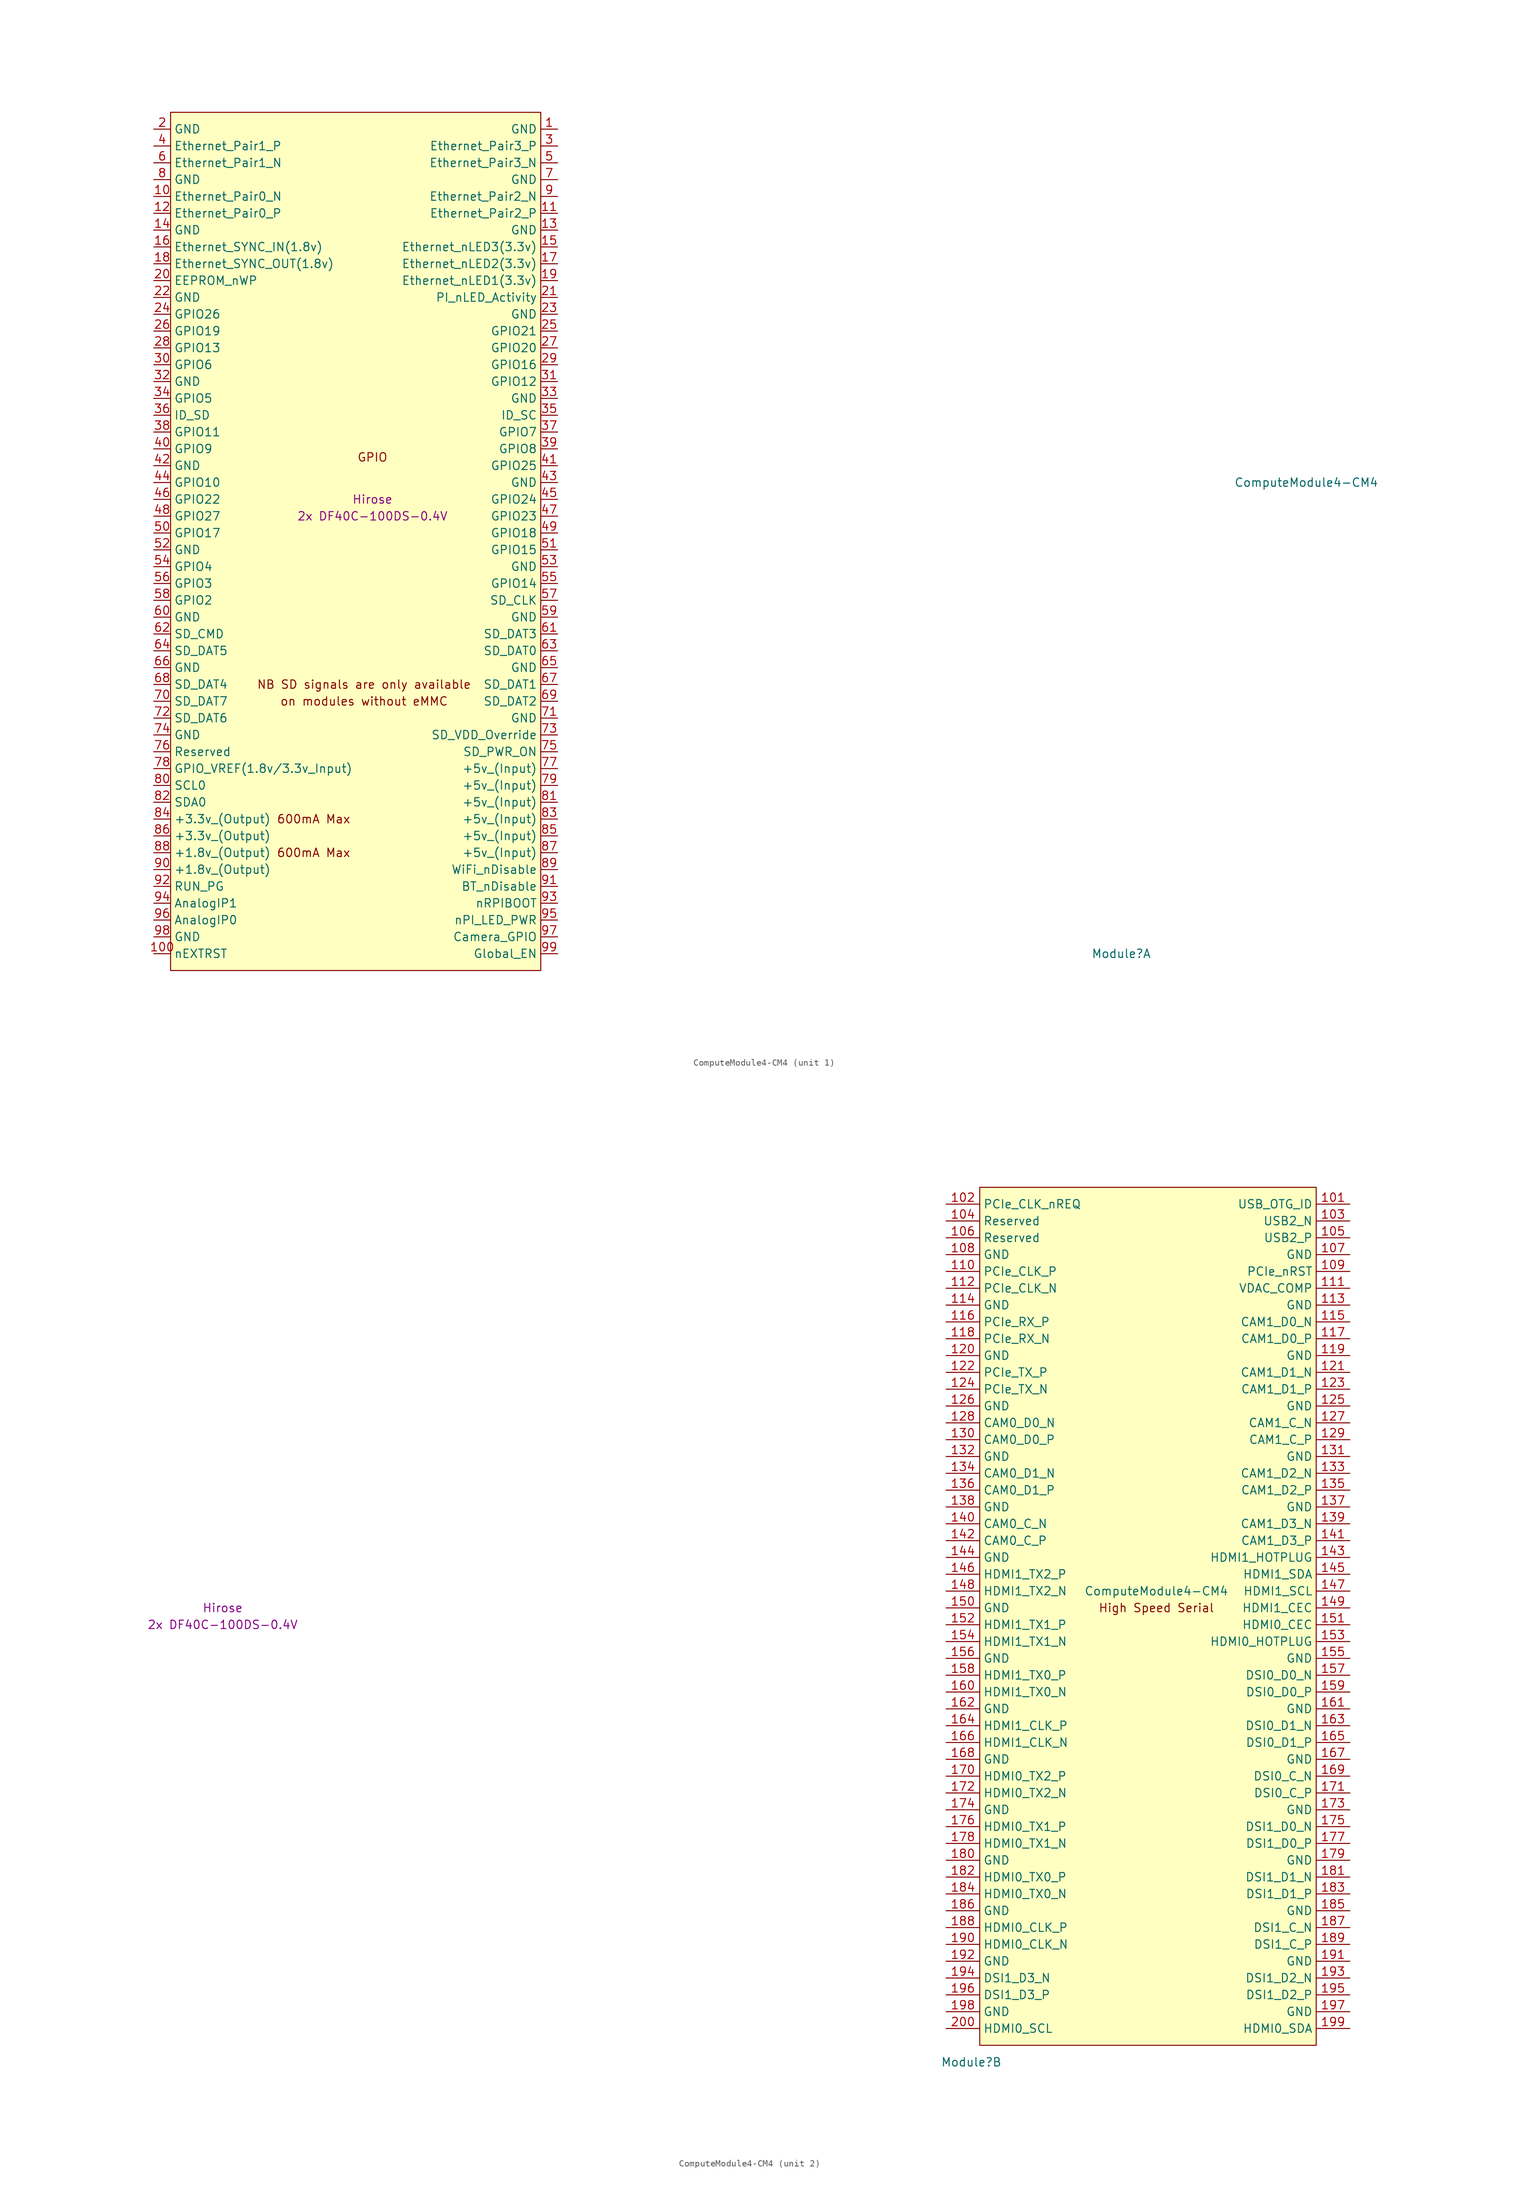
<source format=kicad_sym>
(kicad_symbol_lib
  (version 20220914)
  (generator kicad_symbol_editor)
  (symbol "ComputeModule4-CM4"
    (property "Reference" "Module"
      (at 113.03 -68.58 0)
      (effects (font (size 1.27 1.27))))
    (property "Value" "ComputeModule4-CM4"
      (at 140.97 2.54 0)
      (effects (font (size 1.27 1.27))))
    (property "Field4" "Hirose"
      (at 0 0 0)
      (effects (font (size 1.27 1.27))))
    (property "Field5" "2x DF40C-100DS-0.4V"
      (at 0 -2.54 0)
      (effects (font (size 1.27 1.27))))
    (symbol "ComputeModule4-CM4_1_0"
      (text "GPIO" (at 0 6.35 0) (effects (font (size 1.27 1.27)))))
    (symbol "ComputeModule4-CM4_1_1"
      (rectangle (start -30.48 58.42) (end 25.4 -71.12) (stroke (width 0) (type default)) (fill (type background)))
      (text "600mA Max" (at -8.89 -53.34 0) (effects (font (size 1.27 1.27))))
      (text "600mA Max" (at -8.89 -48.26 0) (effects (font (size 1.27 1.27))))
      (text "NB SD signals are only available" (at -1.27 -27.94 0) (effects (font (size 1.27 1.27))))
      (text "on modules without eMMC" (at -1.27 -30.48 0) (effects (font (size 1.27 1.27))))
      (pin power_in line (at 27.94 55.88 180) (length 2.54) (name "GND" (effects (font (size 1.27 1.27)))) (number "1" (effects (font (size 1.27 1.27)))))
      (pin passive line (at -33.02 45.72 0) (length 2.54) (name "Ethernet_Pair0_N" (effects (font (size 1.27 1.27)))) (number "10" (effects (font (size 1.27 1.27)))))
      (pin output line (at -33.02 -68.58 0) (length 2.54) (name "nEXTRST" (effects (font (size 1.27 1.27)))) (number "100" (effects (font (size 1.27 1.27)))))
      (pin passive line (at 27.94 43.18 180) (length 2.54) (name "Ethernet_Pair2_P" (effects (font (size 1.27 1.27)))) (number "11" (effects (font (size 1.27 1.27)))))
      (pin passive line (at -33.02 43.18 0) (length 2.54) (name "Ethernet_Pair0_P" (effects (font (size 1.27 1.27)))) (number "12" (effects (font (size 1.27 1.27)))))
      (pin power_in line (at 27.94 40.64 180) (length 2.54) (name "GND" (effects (font (size 1.27 1.27)))) (number "13" (effects (font (size 1.27 1.27)))))
      (pin power_in line (at -33.02 40.64 0) (length 2.54) (name "GND" (effects (font (size 1.27 1.27)))) (number "14" (effects (font (size 1.27 1.27)))))
      (pin output line (at 27.94 38.1 180) (length 2.54) (name "Ethernet_nLED3(3.3v)" (effects (font (size 1.27 1.27)))) (number "15" (effects (font (size 1.27 1.27)))))
      (pin input line (at -33.02 38.1 0) (length 2.54) (name "Ethernet_SYNC_IN(1.8v)" (effects (font (size 1.27 1.27)))) (number "16" (effects (font (size 1.27 1.27)))))
      (pin output line (at 27.94 35.56 180) (length 2.54) (name "Ethernet_nLED2(3.3v)" (effects (font (size 1.27 1.27)))) (number "17" (effects (font (size 1.27 1.27)))))
      (pin input line (at -33.02 35.56 0) (length 2.54) (name "Ethernet_SYNC_OUT(1.8v)" (effects (font (size 1.27 1.27)))) (number "18" (effects (font (size 1.27 1.27)))))
      (pin output line (at 27.94 33.02 180) (length 2.54) (name "Ethernet_nLED1(3.3v)" (effects (font (size 1.27 1.27)))) (number "19" (effects (font (size 1.27 1.27)))))
      (pin power_in line (at -33.02 55.88 0) (length 2.54) (name "GND" (effects (font (size 1.27 1.27)))) (number "2" (effects (font (size 1.27 1.27)))))
      (pin passive line (at -33.02 33.02 0) (length 2.54) (name "EEPROM_nWP" (effects (font (size 1.27 1.27)))) (number "20" (effects (font (size 1.27 1.27)))))
      (pin open_collector line (at 27.94 30.48 180) (length 2.54) (name "PI_nLED_Activity" (effects (font (size 1.27 1.27)))) (number "21" (effects (font (size 1.27 1.27)))))
      (pin power_in line (at -33.02 30.48 0) (length 2.54) (name "GND" (effects (font (size 1.27 1.27)))) (number "22" (effects (font (size 1.27 1.27)))))
      (pin power_in line (at 27.94 27.94 180) (length 2.54) (name "GND" (effects (font (size 1.27 1.27)))) (number "23" (effects (font (size 1.27 1.27)))))
      (pin passive line (at -33.02 27.94 0) (length 2.54) (name "GPIO26" (effects (font (size 1.27 1.27)))) (number "24" (effects (font (size 1.27 1.27)))))
      (pin passive line (at 27.94 25.4 180) (length 2.54) (name "GPIO21" (effects (font (size 1.27 1.27)))) (number "25" (effects (font (size 1.27 1.27)))))
      (pin passive line (at -33.02 25.4 0) (length 2.54) (name "GPIO19" (effects (font (size 1.27 1.27)))) (number "26" (effects (font (size 1.27 1.27)))))
      (pin passive line (at 27.94 22.86 180) (length 2.54) (name "GPIO20" (effects (font (size 1.27 1.27)))) (number "27" (effects (font (size 1.27 1.27)))))
      (pin passive line (at -33.02 22.86 0) (length 2.54) (name "GPIO13" (effects (font (size 1.27 1.27)))) (number "28" (effects (font (size 1.27 1.27)))))
      (pin passive line (at 27.94 20.32 180) (length 2.54) (name "GPIO16" (effects (font (size 1.27 1.27)))) (number "29" (effects (font (size 1.27 1.27)))))
      (pin passive line (at 27.94 53.34 180) (length 2.54) (name "Ethernet_Pair3_P" (effects (font (size 1.27 1.27)))) (number "3" (effects (font (size 1.27 1.27)))))
      (pin passive line (at -33.02 20.32 0) (length 2.54) (name "GPIO6" (effects (font (size 1.27 1.27)))) (number "30" (effects (font (size 1.27 1.27)))))
      (pin passive line (at 27.94 17.78 180) (length 2.54) (name "GPIO12" (effects (font (size 1.27 1.27)))) (number "31" (effects (font (size 1.27 1.27)))))
      (pin power_in line (at -33.02 17.78 0) (length 2.54) (name "GND" (effects (font (size 1.27 1.27)))) (number "32" (effects (font (size 1.27 1.27)))))
      (pin power_in line (at 27.94 15.24 180) (length 2.54) (name "GND" (effects (font (size 1.27 1.27)))) (number "33" (effects (font (size 1.27 1.27)))))
      (pin passive line (at -33.02 15.24 0) (length 2.54) (name "GPIO5" (effects (font (size 1.27 1.27)))) (number "34" (effects (font (size 1.27 1.27)))))
      (pin passive line (at 27.94 12.7 180) (length 2.54) (name "ID_SC" (effects (font (size 1.27 1.27)))) (number "35" (effects (font (size 1.27 1.27)))))
      (pin passive line (at -33.02 12.7 0) (length 2.54) (name "ID_SD" (effects (font (size 1.27 1.27)))) (number "36" (effects (font (size 1.27 1.27)))))
      (pin passive line (at 27.94 10.16 180) (length 2.54) (name "GPIO7" (effects (font (size 1.27 1.27)))) (number "37" (effects (font (size 1.27 1.27)))))
      (pin passive line (at -33.02 10.16 0) (length 2.54) (name "GPIO11" (effects (font (size 1.27 1.27)))) (number "38" (effects (font (size 1.27 1.27)))))
      (pin passive line (at 27.94 7.62 180) (length 2.54) (name "GPIO8" (effects (font (size 1.27 1.27)))) (number "39" (effects (font (size 1.27 1.27)))))
      (pin passive line (at -33.02 53.34 0) (length 2.54) (name "Ethernet_Pair1_P" (effects (font (size 1.27 1.27)))) (number "4" (effects (font (size 1.27 1.27)))))
      (pin passive line (at -33.02 7.62 0) (length 2.54) (name "GPIO9" (effects (font (size 1.27 1.27)))) (number "40" (effects (font (size 1.27 1.27)))))
      (pin passive line (at 27.94 5.08 180) (length 2.54) (name "GPIO25" (effects (font (size 1.27 1.27)))) (number "41" (effects (font (size 1.27 1.27)))))
      (pin power_in line (at -33.02 5.08 0) (length 2.54) (name "GND" (effects (font (size 1.27 1.27)))) (number "42" (effects (font (size 1.27 1.27)))))
      (pin power_in line (at 27.94 2.54 180) (length 2.54) (name "GND" (effects (font (size 1.27 1.27)))) (number "43" (effects (font (size 1.27 1.27)))))
      (pin passive line (at -33.02 2.54 0) (length 2.54) (name "GPIO10" (effects (font (size 1.27 1.27)))) (number "44" (effects (font (size 1.27 1.27)))))
      (pin passive line (at 27.94 0 180) (length 2.54) (name "GPIO24" (effects (font (size 1.27 1.27)))) (number "45" (effects (font (size 1.27 1.27)))))
      (pin passive line (at -33.02 0 0) (length 2.54) (name "GPIO22" (effects (font (size 1.27 1.27)))) (number "46" (effects (font (size 1.27 1.27)))))
      (pin passive line (at 27.94 -2.54 180) (length 2.54) (name "GPIO23" (effects (font (size 1.27 1.27)))) (number "47" (effects (font (size 1.27 1.27)))))
      (pin passive line (at -33.02 -2.54 0) (length 2.54) (name "GPIO27" (effects (font (size 1.27 1.27)))) (number "48" (effects (font (size 1.27 1.27)))))
      (pin passive line (at 27.94 -5.08 180) (length 2.54) (name "GPIO18" (effects (font (size 1.27 1.27)))) (number "49" (effects (font (size 1.27 1.27)))))
      (pin passive line (at 27.94 50.8 180) (length 2.54) (name "Ethernet_Pair3_N" (effects (font (size 1.27 1.27)))) (number "5" (effects (font (size 1.27 1.27)))))
      (pin passive line (at -33.02 -5.08 0) (length 2.54) (name "GPIO17" (effects (font (size 1.27 1.27)))) (number "50" (effects (font (size 1.27 1.27)))))
      (pin passive line (at 27.94 -7.62 180) (length 2.54) (name "GPIO15" (effects (font (size 1.27 1.27)))) (number "51" (effects (font (size 1.27 1.27)))))
      (pin power_in line (at -33.02 -7.62 0) (length 2.54) (name "GND" (effects (font (size 1.27 1.27)))) (number "52" (effects (font (size 1.27 1.27)))))
      (pin power_in line (at 27.94 -10.16 180) (length 2.54) (name "GND" (effects (font (size 1.27 1.27)))) (number "53" (effects (font (size 1.27 1.27)))))
      (pin passive line (at -33.02 -10.16 0) (length 2.54) (name "GPIO4" (effects (font (size 1.27 1.27)))) (number "54" (effects (font (size 1.27 1.27)))))
      (pin passive line (at 27.94 -12.7 180) (length 2.54) (name "GPIO14" (effects (font (size 1.27 1.27)))) (number "55" (effects (font (size 1.27 1.27)))))
      (pin passive line (at -33.02 -12.7 0) (length 2.54) (name "GPIO3" (effects (font (size 1.27 1.27)))) (number "56" (effects (font (size 1.27 1.27)))))
      (pin passive line (at 27.94 -15.24 180) (length 2.54) (name "SD_CLK" (effects (font (size 1.27 1.27)))) (number "57" (effects (font (size 1.27 1.27)))))
      (pin passive line (at -33.02 -15.24 0) (length 2.54) (name "GPIO2" (effects (font (size 1.27 1.27)))) (number "58" (effects (font (size 1.27 1.27)))))
      (pin power_in line (at 27.94 -17.78 180) (length 2.54) (name "GND" (effects (font (size 1.27 1.27)))) (number "59" (effects (font (size 1.27 1.27)))))
      (pin passive line (at -33.02 50.8 0) (length 2.54) (name "Ethernet_Pair1_N" (effects (font (size 1.27 1.27)))) (number "6" (effects (font (size 1.27 1.27)))))
      (pin power_in line (at -33.02 -17.78 0) (length 2.54) (name "GND" (effects (font (size 1.27 1.27)))) (number "60" (effects (font (size 1.27 1.27)))))
      (pin passive line (at 27.94 -20.32 180) (length 2.54) (name "SD_DAT3" (effects (font (size 1.27 1.27)))) (number "61" (effects (font (size 1.27 1.27)))))
      (pin passive line (at -33.02 -20.32 0) (length 2.54) (name "SD_CMD" (effects (font (size 1.27 1.27)))) (number "62" (effects (font (size 1.27 1.27)))))
      (pin passive line (at 27.94 -22.86 180) (length 2.54) (name "SD_DAT0" (effects (font (size 1.27 1.27)))) (number "63" (effects (font (size 1.27 1.27)))))
      (pin passive line (at -33.02 -22.86 0) (length 2.54) (name "SD_DAT5" (effects (font (size 1.27 1.27)))) (number "64" (effects (font (size 1.27 1.27)))))
      (pin power_in line (at 27.94 -25.4 180) (length 2.54) (name "GND" (effects (font (size 1.27 1.27)))) (number "65" (effects (font (size 1.27 1.27)))))
      (pin power_in line (at -33.02 -25.4 0) (length 2.54) (name "GND" (effects (font (size 1.27 1.27)))) (number "66" (effects (font (size 1.27 1.27)))))
      (pin passive line (at 27.94 -27.94 180) (length 2.54) (name "SD_DAT1" (effects (font (size 1.27 1.27)))) (number "67" (effects (font (size 1.27 1.27)))))
      (pin passive line (at -33.02 -27.94 0) (length 2.54) (name "SD_DAT4" (effects (font (size 1.27 1.27)))) (number "68" (effects (font (size 1.27 1.27)))))
      (pin passive line (at 27.94 -30.48 180) (length 2.54) (name "SD_DAT2" (effects (font (size 1.27 1.27)))) (number "69" (effects (font (size 1.27 1.27)))))
      (pin power_in line (at 27.94 48.26 180) (length 2.54) (name "GND" (effects (font (size 1.27 1.27)))) (number "7" (effects (font (size 1.27 1.27)))))
      (pin passive line (at -33.02 -30.48 0) (length 2.54) (name "SD_DAT7" (effects (font (size 1.27 1.27)))) (number "70" (effects (font (size 1.27 1.27)))))
      (pin power_in line (at 27.94 -33.02 180) (length 2.54) (name "GND" (effects (font (size 1.27 1.27)))) (number "71" (effects (font (size 1.27 1.27)))))
      (pin passive line (at -33.02 -33.02 0) (length 2.54) (name "SD_DAT6" (effects (font (size 1.27 1.27)))) (number "72" (effects (font (size 1.27 1.27)))))
      (pin input line (at 27.94 -35.56 180) (length 2.54) (name "SD_VDD_Override" (effects (font (size 1.27 1.27)))) (number "73" (effects (font (size 1.27 1.27)))))
      (pin power_in line (at -33.02 -35.56 0) (length 2.54) (name "GND" (effects (font (size 1.27 1.27)))) (number "74" (effects (font (size 1.27 1.27)))))
      (pin output line (at 27.94 -38.1 180) (length 2.54) (name "SD_PWR_ON" (effects (font (size 1.27 1.27)))) (number "75" (effects (font (size 1.27 1.27)))))
      (pin passive line (at -33.02 -38.1 0) (length 2.54) (name "Reserved" (effects (font (size 1.27 1.27)))) (number "76" (effects (font (size 1.27 1.27)))))
      (pin power_in line (at 27.94 -40.64 180) (length 2.54) (name "+5v_(Input)" (effects (font (size 1.27 1.27)))) (number "77" (effects (font (size 1.27 1.27)))))
      (pin power_in line (at -33.02 -40.64 0) (length 2.54) (name "GPIO_VREF(1.8v/3.3v_Input)" (effects (font (size 1.27 1.27)))) (number "78" (effects (font (size 1.27 1.27)))))
      (pin power_in line (at 27.94 -43.18 180) (length 2.54) (name "+5v_(Input)" (effects (font (size 1.27 1.27)))) (number "79" (effects (font (size 1.27 1.27)))))
      (pin power_in line (at -33.02 48.26 0) (length 2.54) (name "GND" (effects (font (size 1.27 1.27)))) (number "8" (effects (font (size 1.27 1.27)))))
      (pin passive line (at -33.02 -43.18 0) (length 2.54) (name "SCL0" (effects (font (size 1.27 1.27)))) (number "80" (effects (font (size 1.27 1.27)))))
      (pin power_in line (at 27.94 -45.72 180) (length 2.54) (name "+5v_(Input)" (effects (font (size 1.27 1.27)))) (number "81" (effects (font (size 1.27 1.27)))))
      (pin passive line (at -33.02 -45.72 0) (length 2.54) (name "SDA0" (effects (font (size 1.27 1.27)))) (number "82" (effects (font (size 1.27 1.27)))))
      (pin power_in line (at 27.94 -48.26 180) (length 2.54) (name "+5v_(Input)" (effects (font (size 1.27 1.27)))) (number "83" (effects (font (size 1.27 1.27)))))
      (pin power_out line (at -33.02 -48.26 0) (length 2.54) (name "+3.3v_(Output)" (effects (font (size 1.27 1.27)))) (number "84" (effects (font (size 1.27 1.27)))))
      (pin power_in line (at 27.94 -50.8 180) (length 2.54) (name "+5v_(Input)" (effects (font (size 1.27 1.27)))) (number "85" (effects (font (size 1.27 1.27)))))
      (pin power_out line (at -33.02 -50.8 0) (length 2.54) (name "+3.3v_(Output)" (effects (font (size 1.27 1.27)))) (number "86" (effects (font (size 1.27 1.27)))))
      (pin power_in line (at 27.94 -53.34 180) (length 2.54) (name "+5v_(Input)" (effects (font (size 1.27 1.27)))) (number "87" (effects (font (size 1.27 1.27)))))
      (pin power_out line (at -33.02 -53.34 0) (length 2.54) (name "+1.8v_(Output)" (effects (font (size 1.27 1.27)))) (number "88" (effects (font (size 1.27 1.27)))))
      (pin power_in line (at 27.94 -55.88 180) (length 2.54) (name "WiFi_nDisable" (effects (font (size 1.27 1.27)))) (number "89" (effects (font (size 1.27 1.27)))))
      (pin passive line (at 27.94 45.72 180) (length 2.54) (name "Ethernet_Pair2_N" (effects (font (size 1.27 1.27)))) (number "9" (effects (font (size 1.27 1.27)))))
      (pin power_out line (at -33.02 -55.88 0) (length 2.54) (name "+1.8v_(Output)" (effects (font (size 1.27 1.27)))) (number "90" (effects (font (size 1.27 1.27)))))
      (pin power_in line (at 27.94 -58.42 180) (length 2.54) (name "BT_nDisable" (effects (font (size 1.27 1.27)))) (number "91" (effects (font (size 1.27 1.27)))))
      (pin passive line (at -33.02 -58.42 0) (length 2.54) (name "RUN_PG" (effects (font (size 1.27 1.27)))) (number "92" (effects (font (size 1.27 1.27)))))
      (pin input line (at 27.94 -60.96 180) (length 2.54) (name "nRPIBOOT" (effects (font (size 1.27 1.27)))) (number "93" (effects (font (size 1.27 1.27)))))
      (pin passive line (at -33.02 -60.96 0) (length 2.54) (name "AnalogIP1" (effects (font (size 1.27 1.27)))) (number "94" (effects (font (size 1.27 1.27)))))
      (pin output line (at 27.94 -63.5 180) (length 2.54) (name "nPI_LED_PWR" (effects (font (size 1.27 1.27)))) (number "95" (effects (font (size 1.27 1.27)))))
      (pin passive line (at -33.02 -63.5 0) (length 2.54) (name "AnalogIP0" (effects (font (size 1.27 1.27)))) (number "96" (effects (font (size 1.27 1.27)))))
      (pin passive line (at 27.94 -66.04 180) (length 2.54) (name "Camera_GPIO" (effects (font (size 1.27 1.27)))) (number "97" (effects (font (size 1.27 1.27)))))
      (pin power_in line (at -33.02 -66.04 0) (length 2.54) (name "GND" (effects (font (size 1.27 1.27)))) (number "98" (effects (font (size 1.27 1.27)))))
      (pin input line (at 27.94 -68.58 180) (length 2.54) (name "Global_EN" (effects (font (size 1.27 1.27)))) (number "99" (effects (font (size 1.27 1.27))))))
    (symbol "ComputeModule4-CM4_2_1"
      (rectangle (start 114.3 63.5) (end 165.1 -66.04) (stroke (width 0) (type default)) (fill (type background)))
      (text "High Speed Serial" (at 140.97 0 0) (effects (font (size 1.27 1.27))))
      (pin input line (at 170.18 60.96 180) (length 5.08) (name "USB_OTG_ID" (effects (font (size 1.27 1.27)))) (number "101" (effects (font (size 1.27 1.27)))))
      (pin input line (at 109.22 60.96 0) (length 5.08) (name "PCIe_CLK_nREQ" (effects (font (size 1.27 1.27)))) (number "102" (effects (font (size 1.27 1.27)))))
      (pin passive line (at 170.18 58.42 180) (length 5.08) (name "USB2_N" (effects (font (size 1.27 1.27)))) (number "103" (effects (font (size 1.27 1.27)))))
      (pin passive line (at 109.22 58.42 0) (length 5.08) (name "Reserved" (effects (font (size 1.27 1.27)))) (number "104" (effects (font (size 1.27 1.27)))))
      (pin passive line (at 170.18 55.88 180) (length 5.08) (name "USB2_P" (effects (font (size 1.27 1.27)))) (number "105" (effects (font (size 1.27 1.27)))))
      (pin passive line (at 109.22 55.88 0) (length 5.08) (name "Reserved" (effects (font (size 1.27 1.27)))) (number "106" (effects (font (size 1.27 1.27)))))
      (pin power_in line (at 170.18 53.34 180) (length 5.08) (name "GND" (effects (font (size 1.27 1.27)))) (number "107" (effects (font (size 1.27 1.27)))))
      (pin power_in line (at 109.22 53.34 0) (length 5.08) (name "GND" (effects (font (size 1.27 1.27)))) (number "108" (effects (font (size 1.27 1.27)))))
      (pin bidirectional line (at 170.18 50.8 180) (length 5.08) (name "PCIe_nRST" (effects (font (size 1.27 1.27)))) (number "109" (effects (font (size 1.27 1.27)))))
      (pin output line (at 109.22 50.8 0) (length 5.08) (name "PCIe_CLK_P" (effects (font (size 1.27 1.27)))) (number "110" (effects (font (size 1.27 1.27)))))
      (pin passive line (at 170.18 48.26 180) (length 5.08) (name "VDAC_COMP" (effects (font (size 1.27 1.27)))) (number "111" (effects (font (size 1.27 1.27)))))
      (pin output line (at 109.22 48.26 0) (length 5.08) (name "PCIe_CLK_N" (effects (font (size 1.27 1.27)))) (number "112" (effects (font (size 1.27 1.27)))))
      (pin power_in line (at 170.18 45.72 180) (length 5.08) (name "GND" (effects (font (size 1.27 1.27)))) (number "113" (effects (font (size 1.27 1.27)))))
      (pin power_in line (at 109.22 45.72 0) (length 5.08) (name "GND" (effects (font (size 1.27 1.27)))) (number "114" (effects (font (size 1.27 1.27)))))
      (pin input line (at 170.18 43.18 180) (length 5.08) (name "CAM1_D0_N" (effects (font (size 1.27 1.27)))) (number "115" (effects (font (size 1.27 1.27)))))
      (pin input line (at 109.22 43.18 0) (length 5.08) (name "PCIe_RX_P" (effects (font (size 1.27 1.27)))) (number "116" (effects (font (size 1.27 1.27)))))
      (pin input line (at 170.18 40.64 180) (length 5.08) (name "CAM1_D0_P" (effects (font (size 1.27 1.27)))) (number "117" (effects (font (size 1.27 1.27)))))
      (pin input line (at 109.22 40.64 0) (length 5.08) (name "PCIe_RX_N" (effects (font (size 1.27 1.27)))) (number "118" (effects (font (size 1.27 1.27)))))
      (pin power_in line (at 170.18 38.1 180) (length 5.08) (name "GND" (effects (font (size 1.27 1.27)))) (number "119" (effects (font (size 1.27 1.27)))))
      (pin power_in line (at 109.22 38.1 0) (length 5.08) (name "GND" (effects (font (size 1.27 1.27)))) (number "120" (effects (font (size 1.27 1.27)))))
      (pin input line (at 170.18 35.56 180) (length 5.08) (name "CAM1_D1_N" (effects (font (size 1.27 1.27)))) (number "121" (effects (font (size 1.27 1.27)))))
      (pin output line (at 109.22 35.56 0) (length 5.08) (name "PCIe_TX_P" (effects (font (size 1.27 1.27)))) (number "122" (effects (font (size 1.27 1.27)))))
      (pin input line (at 170.18 33.02 180) (length 5.08) (name "CAM1_D1_P" (effects (font (size 1.27 1.27)))) (number "123" (effects (font (size 1.27 1.27)))))
      (pin output line (at 109.22 33.02 0) (length 5.08) (name "PCIe_TX_N" (effects (font (size 1.27 1.27)))) (number "124" (effects (font (size 1.27 1.27)))))
      (pin power_in line (at 170.18 30.48 180) (length 5.08) (name "GND" (effects (font (size 1.27 1.27)))) (number "125" (effects (font (size 1.27 1.27)))))
      (pin power_in line (at 109.22 30.48 0) (length 5.08) (name "GND" (effects (font (size 1.27 1.27)))) (number "126" (effects (font (size 1.27 1.27)))))
      (pin input line (at 170.18 27.94 180) (length 5.08) (name "CAM1_C_N" (effects (font (size 1.27 1.27)))) (number "127" (effects (font (size 1.27 1.27)))))
      (pin input line (at 109.22 27.94 0) (length 5.08) (name "CAM0_D0_N" (effects (font (size 1.27 1.27)))) (number "128" (effects (font (size 1.27 1.27)))))
      (pin input line (at 170.18 25.4 180) (length 5.08) (name "CAM1_C_P" (effects (font (size 1.27 1.27)))) (number "129" (effects (font (size 1.27 1.27)))))
      (pin input line (at 109.22 25.4 0) (length 5.08) (name "CAM0_D0_P" (effects (font (size 1.27 1.27)))) (number "130" (effects (font (size 1.27 1.27)))))
      (pin power_in line (at 170.18 22.86 180) (length 5.08) (name "GND" (effects (font (size 1.27 1.27)))) (number "131" (effects (font (size 1.27 1.27)))))
      (pin power_in line (at 109.22 22.86 0) (length 5.08) (name "GND" (effects (font (size 1.27 1.27)))) (number "132" (effects (font (size 1.27 1.27)))))
      (pin input line (at 170.18 20.32 180) (length 5.08) (name "CAM1_D2_N" (effects (font (size 1.27 1.27)))) (number "133" (effects (font (size 1.27 1.27)))))
      (pin input line (at 109.22 20.32 0) (length 5.08) (name "CAM0_D1_N" (effects (font (size 1.27 1.27)))) (number "134" (effects (font (size 1.27 1.27)))))
      (pin input line (at 170.18 17.78 180) (length 5.08) (name "CAM1_D2_P" (effects (font (size 1.27 1.27)))) (number "135" (effects (font (size 1.27 1.27)))))
      (pin input line (at 109.22 17.78 0) (length 5.08) (name "CAM0_D1_P" (effects (font (size 1.27 1.27)))) (number "136" (effects (font (size 1.27 1.27)))))
      (pin power_in line (at 170.18 15.24 180) (length 5.08) (name "GND" (effects (font (size 1.27 1.27)))) (number "137" (effects (font (size 1.27 1.27)))))
      (pin power_in line (at 109.22 15.24 0) (length 5.08) (name "GND" (effects (font (size 1.27 1.27)))) (number "138" (effects (font (size 1.27 1.27)))))
      (pin input line (at 170.18 12.7 180) (length 5.08) (name "CAM1_D3_N" (effects (font (size 1.27 1.27)))) (number "139" (effects (font (size 1.27 1.27)))))
      (pin input line (at 109.22 12.7 0) (length 5.08) (name "CAM0_C_N" (effects (font (size 1.27 1.27)))) (number "140" (effects (font (size 1.27 1.27)))))
      (pin input line (at 170.18 10.16 180) (length 5.08) (name "CAM1_D3_P" (effects (font (size 1.27 1.27)))) (number "141" (effects (font (size 1.27 1.27)))))
      (pin input line (at 109.22 10.16 0) (length 5.08) (name "CAM0_C_P" (effects (font (size 1.27 1.27)))) (number "142" (effects (font (size 1.27 1.27)))))
      (pin input line (at 170.18 7.62 180) (length 5.08) (name "HDMI1_HOTPLUG" (effects (font (size 1.27 1.27)))) (number "143" (effects (font (size 1.27 1.27)))))
      (pin power_in line (at 109.22 7.62 0) (length 5.08) (name "GND" (effects (font (size 1.27 1.27)))) (number "144" (effects (font (size 1.27 1.27)))))
      (pin bidirectional line (at 170.18 5.08 180) (length 5.08) (name "HDMI1_SDA" (effects (font (size 1.27 1.27)))) (number "145" (effects (font (size 1.27 1.27)))))
      (pin output line (at 109.22 5.08 0) (length 5.08) (name "HDMI1_TX2_P" (effects (font (size 1.27 1.27)))) (number "146" (effects (font (size 1.27 1.27)))))
      (pin open_collector line (at 170.18 2.54 180) (length 5.08) (name "HDMI1_SCL" (effects (font (size 1.27 1.27)))) (number "147" (effects (font (size 1.27 1.27)))))
      (pin output line (at 109.22 2.54 0) (length 5.08) (name "HDMI1_TX2_N" (effects (font (size 1.27 1.27)))) (number "148" (effects (font (size 1.27 1.27)))))
      (pin open_collector line (at 170.18 0 180) (length 5.08) (name "HDMI1_CEC" (effects (font (size 1.27 1.27)))) (number "149" (effects (font (size 1.27 1.27)))))
      (pin power_in line (at 109.22 0 0) (length 5.08) (name "GND" (effects (font (size 1.27 1.27)))) (number "150" (effects (font (size 1.27 1.27)))))
      (pin open_collector line (at 170.18 -2.54 180) (length 5.08) (name "HDMI0_CEC" (effects (font (size 1.27 1.27)))) (number "151" (effects (font (size 1.27 1.27)))))
      (pin output line (at 109.22 -2.54 0) (length 5.08) (name "HDMI1_TX1_P" (effects (font (size 1.27 1.27)))) (number "152" (effects (font (size 1.27 1.27)))))
      (pin input line (at 170.18 -5.08 180) (length 5.08) (name "HDMI0_HOTPLUG" (effects (font (size 1.27 1.27)))) (number "153" (effects (font (size 1.27 1.27)))))
      (pin output line (at 109.22 -5.08 0) (length 5.08) (name "HDMI1_TX1_N" (effects (font (size 1.27 1.27)))) (number "154" (effects (font (size 1.27 1.27)))))
      (pin power_in line (at 170.18 -7.62 180) (length 5.08) (name "GND" (effects (font (size 1.27 1.27)))) (number "155" (effects (font (size 1.27 1.27)))))
      (pin power_in line (at 109.22 -7.62 0) (length 5.08) (name "GND" (effects (font (size 1.27 1.27)))) (number "156" (effects (font (size 1.27 1.27)))))
      (pin output line (at 170.18 -10.16 180) (length 5.08) (name "DSI0_D0_N" (effects (font (size 1.27 1.27)))) (number "157" (effects (font (size 1.27 1.27)))))
      (pin output line (at 109.22 -10.16 0) (length 5.08) (name "HDMI1_TX0_P" (effects (font (size 1.27 1.27)))) (number "158" (effects (font (size 1.27 1.27)))))
      (pin output line (at 170.18 -12.7 180) (length 5.08) (name "DSI0_D0_P" (effects (font (size 1.27 1.27)))) (number "159" (effects (font (size 1.27 1.27)))))
      (pin output line (at 109.22 -12.7 0) (length 5.08) (name "HDMI1_TX0_N" (effects (font (size 1.27 1.27)))) (number "160" (effects (font (size 1.27 1.27)))))
      (pin power_in line (at 170.18 -15.24 180) (length 5.08) (name "GND" (effects (font (size 1.27 1.27)))) (number "161" (effects (font (size 1.27 1.27)))))
      (pin power_in line (at 109.22 -15.24 0) (length 5.08) (name "GND" (effects (font (size 1.27 1.27)))) (number "162" (effects (font (size 1.27 1.27)))))
      (pin output line (at 170.18 -17.78 180) (length 5.08) (name "DSI0_D1_N" (effects (font (size 1.27 1.27)))) (number "163" (effects (font (size 1.27 1.27)))))
      (pin output line (at 109.22 -17.78 0) (length 5.08) (name "HDMI1_CLK_P" (effects (font (size 1.27 1.27)))) (number "164" (effects (font (size 1.27 1.27)))))
      (pin output line (at 170.18 -20.32 180) (length 5.08) (name "DSI0_D1_P" (effects (font (size 1.27 1.27)))) (number "165" (effects (font (size 1.27 1.27)))))
      (pin output line (at 109.22 -20.32 0) (length 5.08) (name "HDMI1_CLK_N" (effects (font (size 1.27 1.27)))) (number "166" (effects (font (size 1.27 1.27)))))
      (pin power_in line (at 170.18 -22.86 180) (length 5.08) (name "GND" (effects (font (size 1.27 1.27)))) (number "167" (effects (font (size 1.27 1.27)))))
      (pin power_in line (at 109.22 -22.86 0) (length 5.08) (name "GND" (effects (font (size 1.27 1.27)))) (number "168" (effects (font (size 1.27 1.27)))))
      (pin output line (at 170.18 -25.4 180) (length 5.08) (name "DSI0_C_N" (effects (font (size 1.27 1.27)))) (number "169" (effects (font (size 1.27 1.27)))))
      (pin output line (at 109.22 -25.4 0) (length 5.08) (name "HDMI0_TX2_P" (effects (font (size 1.27 1.27)))) (number "170" (effects (font (size 1.27 1.27)))))
      (pin output line (at 170.18 -27.94 180) (length 5.08) (name "DSI0_C_P" (effects (font (size 1.27 1.27)))) (number "171" (effects (font (size 1.27 1.27)))))
      (pin output line (at 109.22 -27.94 0) (length 5.08) (name "HDMI0_TX2_N" (effects (font (size 1.27 1.27)))) (number "172" (effects (font (size 1.27 1.27)))))
      (pin power_in line (at 170.18 -30.48 180) (length 5.08) (name "GND" (effects (font (size 1.27 1.27)))) (number "173" (effects (font (size 1.27 1.27)))))
      (pin power_in line (at 109.22 -30.48 0) (length 5.08) (name "GND" (effects (font (size 1.27 1.27)))) (number "174" (effects (font (size 1.27 1.27)))))
      (pin output line (at 170.18 -33.02 180) (length 5.08) (name "DSI1_D0_N" (effects (font (size 1.27 1.27)))) (number "175" (effects (font (size 1.27 1.27)))))
      (pin output line (at 109.22 -33.02 0) (length 5.08) (name "HDMI0_TX1_P" (effects (font (size 1.27 1.27)))) (number "176" (effects (font (size 1.27 1.27)))))
      (pin output line (at 170.18 -35.56 180) (length 5.08) (name "DSI1_D0_P" (effects (font (size 1.27 1.27)))) (number "177" (effects (font (size 1.27 1.27)))))
      (pin output line (at 109.22 -35.56 0) (length 5.08) (name "HDMI0_TX1_N" (effects (font (size 1.27 1.27)))) (number "178" (effects (font (size 1.27 1.27)))))
      (pin power_in line (at 170.18 -38.1 180) (length 5.08) (name "GND" (effects (font (size 1.27 1.27)))) (number "179" (effects (font (size 1.27 1.27)))))
      (pin power_in line (at 109.22 -38.1 0) (length 5.08) (name "GND" (effects (font (size 1.27 1.27)))) (number "180" (effects (font (size 1.27 1.27)))))
      (pin output line (at 170.18 -40.64 180) (length 5.08) (name "DSI1_D1_N" (effects (font (size 1.27 1.27)))) (number "181" (effects (font (size 1.27 1.27)))))
      (pin output line (at 109.22 -40.64 0) (length 5.08) (name "HDMI0_TX0_P" (effects (font (size 1.27 1.27)))) (number "182" (effects (font (size 1.27 1.27)))))
      (pin output line (at 170.18 -43.18 180) (length 5.08) (name "DSI1_D1_P" (effects (font (size 1.27 1.27)))) (number "183" (effects (font (size 1.27 1.27)))))
      (pin output line (at 109.22 -43.18 0) (length 5.08) (name "HDMI0_TX0_N" (effects (font (size 1.27 1.27)))) (number "184" (effects (font (size 1.27 1.27)))))
      (pin power_in line (at 170.18 -45.72 180) (length 5.08) (name "GND" (effects (font (size 1.27 1.27)))) (number "185" (effects (font (size 1.27 1.27)))))
      (pin power_in line (at 109.22 -45.72 0) (length 5.08) (name "GND" (effects (font (size 1.27 1.27)))) (number "186" (effects (font (size 1.27 1.27)))))
      (pin output line (at 170.18 -48.26 180) (length 5.08) (name "DSI1_C_N" (effects (font (size 1.27 1.27)))) (number "187" (effects (font (size 1.27 1.27)))))
      (pin output line (at 109.22 -48.26 0) (length 5.08) (name "HDMI0_CLK_P" (effects (font (size 1.27 1.27)))) (number "188" (effects (font (size 1.27 1.27)))))
      (pin output line (at 170.18 -50.8 180) (length 5.08) (name "DSI1_C_P" (effects (font (size 1.27 1.27)))) (number "189" (effects (font (size 1.27 1.27)))))
      (pin output line (at 109.22 -50.8 0) (length 5.08) (name "HDMI0_CLK_N" (effects (font (size 1.27 1.27)))) (number "190" (effects (font (size 1.27 1.27)))))
      (pin power_in line (at 170.18 -53.34 180) (length 5.08) (name "GND" (effects (font (size 1.27 1.27)))) (number "191" (effects (font (size 1.27 1.27)))))
      (pin power_in line (at 109.22 -53.34 0) (length 5.08) (name "GND" (effects (font (size 1.27 1.27)))) (number "192" (effects (font (size 1.27 1.27)))))
      (pin output line (at 170.18 -55.88 180) (length 5.08) (name "DSI1_D2_N" (effects (font (size 1.27 1.27)))) (number "193" (effects (font (size 1.27 1.27)))))
      (pin output line (at 109.22 -55.88 0) (length 5.08) (name "DSI1_D3_N" (effects (font (size 1.27 1.27)))) (number "194" (effects (font (size 1.27 1.27)))))
      (pin output line (at 170.18 -58.42 180) (length 5.08) (name "DSI1_D2_P" (effects (font (size 1.27 1.27)))) (number "195" (effects (font (size 1.27 1.27)))))
      (pin output line (at 109.22 -58.42 0) (length 5.08) (name "DSI1_D3_P" (effects (font (size 1.27 1.27)))) (number "196" (effects (font (size 1.27 1.27)))))
      (pin power_in line (at 170.18 -60.96 180) (length 5.08) (name "GND" (effects (font (size 1.27 1.27)))) (number "197" (effects (font (size 1.27 1.27)))))
      (pin power_in line (at 109.22 -60.96 0) (length 5.08) (name "GND" (effects (font (size 1.27 1.27)))) (number "198" (effects (font (size 1.27 1.27)))))
      (pin bidirectional line (at 170.18 -63.5 180) (length 5.08) (name "HDMI0_SDA" (effects (font (size 1.27 1.27)))) (number "199" (effects (font (size 1.27 1.27)))))
      (pin open_collector line (at 109.22 -63.5 0) (length 5.08) (name "HDMI0_SCL" (effects (font (size 1.27 1.27)))) (number "200" (effects (font (size 1.27 1.27))))))))
</source>
